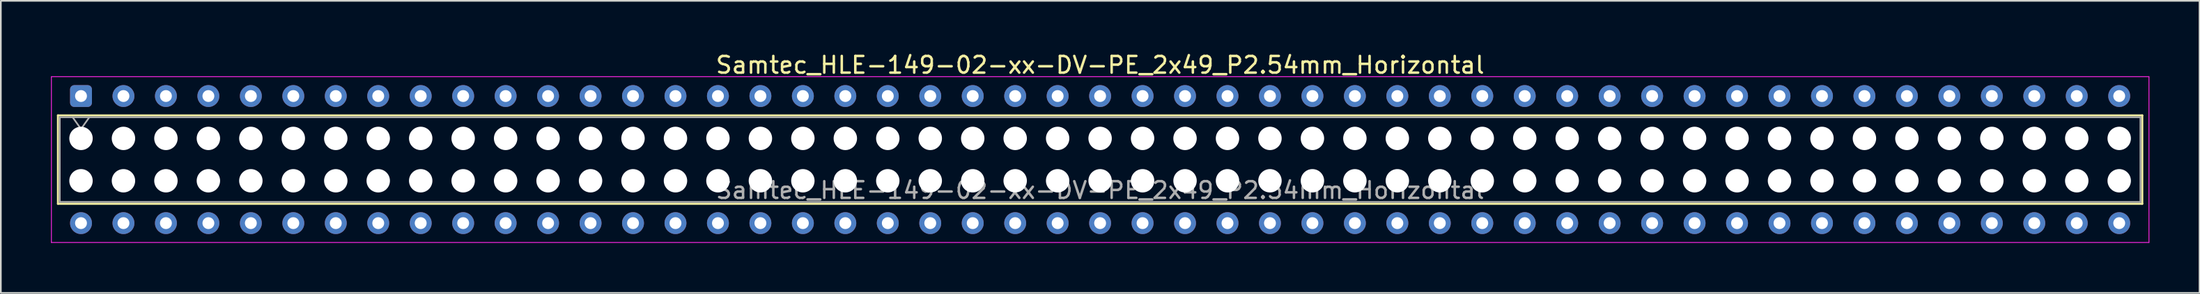
<source format=kicad_pcb>
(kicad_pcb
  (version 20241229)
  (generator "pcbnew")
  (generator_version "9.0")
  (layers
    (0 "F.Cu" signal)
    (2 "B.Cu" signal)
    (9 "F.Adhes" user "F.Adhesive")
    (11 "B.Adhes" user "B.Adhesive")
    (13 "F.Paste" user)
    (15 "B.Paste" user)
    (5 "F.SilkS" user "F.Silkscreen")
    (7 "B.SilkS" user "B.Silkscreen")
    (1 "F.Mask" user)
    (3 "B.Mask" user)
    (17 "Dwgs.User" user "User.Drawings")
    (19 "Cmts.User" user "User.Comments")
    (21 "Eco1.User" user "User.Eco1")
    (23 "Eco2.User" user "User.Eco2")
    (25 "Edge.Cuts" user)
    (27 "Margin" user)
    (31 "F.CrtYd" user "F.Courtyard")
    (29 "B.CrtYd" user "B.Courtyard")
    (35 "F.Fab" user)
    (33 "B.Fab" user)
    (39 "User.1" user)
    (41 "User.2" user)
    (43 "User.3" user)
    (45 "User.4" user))
  (footprint "Samtec_HLE-149-02-xx-DV-PE_2x49_P2.54mm_Horizontal"
    (layer "F.Cu")
    (at 1.795 2.708)
    (property "Reference" "Samtec_HLE-149-02-xx-DV-PE_2x49_P2.54mm_Horizontal" (at 60.96 -1.86 0) (layer "F.SilkS") (effects (font (size 1 1) (thickness 0.15))))
    (attr through_hole)
    (fp_line (start -1.38 1.16) (end 123.3 1.16) (stroke (width 0.12) (type solid)) (layer "F.SilkS"))
    (fp_line (start -1.38 6.46) (end -1.38 1.16) (stroke (width 0.12) (type solid)) (layer "F.SilkS"))
    (fp_line (start 123.3 1.16) (end 123.3 6.46) (stroke (width 0.12) (type solid)) (layer "F.SilkS"))
    (fp_line (start 123.3 6.46) (end -1.38 6.46) (stroke (width 0.12) (type solid)) (layer "F.SilkS"))
    (fp_line (start -1.77 -1.16) (end 123.7 -1.16) (stroke (width 0.05) (type solid)) (layer "F.CrtYd"))
    (fp_line (start -1.77 8.78) (end -1.77 -1.16) (stroke (width 0.05) (type solid)) (layer "F.CrtYd"))
    (fp_line (start 123.7 -1.16) (end 123.7 8.78) (stroke (width 0.05) (type solid)) (layer "F.CrtYd"))
    (fp_line (start 123.7 8.78) (end -1.77 8.78) (stroke (width 0.05) (type solid)) (layer "F.CrtYd"))
    (fp_line (start -1.27 1.27) (end 123.19 1.27) (stroke (width 0.1) (type solid)) (layer "F.Fab"))
    (fp_line (start -1.27 6.35) (end -1.27 1.27) (stroke (width 0.1) (type solid)) (layer "F.Fab"))
    (fp_line (start -0.5 1.27) (end 0 1.977) (stroke (width 0.1) (type solid)) (layer "F.Fab"))
    (fp_line (start 0 1.977) (end 0.5 1.27) (stroke (width 0.1) (type solid)) (layer "F.Fab"))
    (fp_line (start 123.19 1.27) (end 123.19 6.35) (stroke (width 0.1) (type solid)) (layer "F.Fab"))
    (fp_line (start 123.19 6.35) (end -1.27 6.35) (stroke (width 0.1) (type solid)) (layer "F.Fab"))
    (fp_text user "${REFERENCE}" (at 60.96 5.65 0) (layer "F.Fab") (effects (font (size 1 1) (thickness 0.15))))
    (pad "" np_thru_hole circle (at 0 2.54) (size 1.4 1.4) (drill 1.4) (layers "*.Cu" "*.Mask"))
    (pad "" np_thru_hole circle (at 0 5.08) (size 1.4 1.4) (drill 1.4) (layers "*.Cu" "*.Mask"))
    (pad "" np_thru_hole circle (at 2.54 2.54) (size 1.4 1.4) (drill 1.4) (layers "*.Cu" "*.Mask"))
    (pad "" np_thru_hole circle (at 2.54 5.08) (size 1.4 1.4) (drill 1.4) (layers "*.Cu" "*.Mask"))
    (pad "" np_thru_hole circle (at 5.08 2.54) (size 1.4 1.4) (drill 1.4) (layers "*.Cu" "*.Mask"))
    (pad "" np_thru_hole circle (at 5.08 5.08) (size 1.4 1.4) (drill 1.4) (layers "*.Cu" "*.Mask"))
    (pad "" np_thru_hole circle (at 7.62 2.54) (size 1.4 1.4) (drill 1.4) (layers "*.Cu" "*.Mask"))
    (pad "" np_thru_hole circle (at 7.62 5.08) (size 1.4 1.4) (drill 1.4) (layers "*.Cu" "*.Mask"))
    (pad "" np_thru_hole circle (at 10.16 2.54) (size 1.4 1.4) (drill 1.4) (layers "*.Cu" "*.Mask"))
    (pad "" np_thru_hole circle (at 10.16 5.08) (size 1.4 1.4) (drill 1.4) (layers "*.Cu" "*.Mask"))
    (pad "" np_thru_hole circle (at 12.7 2.54) (size 1.4 1.4) (drill 1.4) (layers "*.Cu" "*.Mask"))
    (pad "" np_thru_hole circle (at 12.7 5.08) (size 1.4 1.4) (drill 1.4) (layers "*.Cu" "*.Mask"))
    (pad "" np_thru_hole circle (at 15.24 2.54) (size 1.4 1.4) (drill 1.4) (layers "*.Cu" "*.Mask"))
    (pad "" np_thru_hole circle (at 15.24 5.08) (size 1.4 1.4) (drill 1.4) (layers "*.Cu" "*.Mask"))
    (pad "" np_thru_hole circle (at 17.78 2.54) (size 1.4 1.4) (drill 1.4) (layers "*.Cu" "*.Mask"))
    (pad "" np_thru_hole circle (at 17.78 5.08) (size 1.4 1.4) (drill 1.4) (layers "*.Cu" "*.Mask"))
    (pad "" np_thru_hole circle (at 20.32 2.54) (size 1.4 1.4) (drill 1.4) (layers "*.Cu" "*.Mask"))
    (pad "" np_thru_hole circle (at 20.32 5.08) (size 1.4 1.4) (drill 1.4) (layers "*.Cu" "*.Mask"))
    (pad "" np_thru_hole circle (at 22.86 2.54) (size 1.4 1.4) (drill 1.4) (layers "*.Cu" "*.Mask"))
    (pad "" np_thru_hole circle (at 22.86 5.08) (size 1.4 1.4) (drill 1.4) (layers "*.Cu" "*.Mask"))
    (pad "" np_thru_hole circle (at 25.4 2.54) (size 1.4 1.4) (drill 1.4) (layers "*.Cu" "*.Mask"))
    (pad "" np_thru_hole circle (at 25.4 5.08) (size 1.4 1.4) (drill 1.4) (layers "*.Cu" "*.Mask"))
    (pad "" np_thru_hole circle (at 27.94 2.54) (size 1.4 1.4) (drill 1.4) (layers "*.Cu" "*.Mask"))
    (pad "" np_thru_hole circle (at 27.94 5.08) (size 1.4 1.4) (drill 1.4) (layers "*.Cu" "*.Mask"))
    (pad "" np_thru_hole circle (at 30.48 2.54) (size 1.4 1.4) (drill 1.4) (layers "*.Cu" "*.Mask"))
    (pad "" np_thru_hole circle (at 30.48 5.08) (size 1.4 1.4) (drill 1.4) (layers "*.Cu" "*.Mask"))
    (pad "" np_thru_hole circle (at 33.02 2.54) (size 1.4 1.4) (drill 1.4) (layers "*.Cu" "*.Mask"))
    (pad "" np_thru_hole circle (at 33.02 5.08) (size 1.4 1.4) (drill 1.4) (layers "*.Cu" "*.Mask"))
    (pad "" np_thru_hole circle (at 35.56 2.54) (size 1.4 1.4) (drill 1.4) (layers "*.Cu" "*.Mask"))
    (pad "" np_thru_hole circle (at 35.56 5.08) (size 1.4 1.4) (drill 1.4) (layers "*.Cu" "*.Mask"))
    (pad "" np_thru_hole circle (at 38.1 2.54) (size 1.4 1.4) (drill 1.4) (layers "*.Cu" "*.Mask"))
    (pad "" np_thru_hole circle (at 38.1 5.08) (size 1.4 1.4) (drill 1.4) (layers "*.Cu" "*.Mask"))
    (pad "" np_thru_hole circle (at 40.64 2.54) (size 1.4 1.4) (drill 1.4) (layers "*.Cu" "*.Mask"))
    (pad "" np_thru_hole circle (at 40.64 5.08) (size 1.4 1.4) (drill 1.4) (layers "*.Cu" "*.Mask"))
    (pad "" np_thru_hole circle (at 43.18 2.54) (size 1.4 1.4) (drill 1.4) (layers "*.Cu" "*.Mask"))
    (pad "" np_thru_hole circle (at 43.18 5.08) (size 1.4 1.4) (drill 1.4) (layers "*.Cu" "*.Mask"))
    (pad "" np_thru_hole circle (at 45.72 2.54) (size 1.4 1.4) (drill 1.4) (layers "*.Cu" "*.Mask"))
    (pad "" np_thru_hole circle (at 45.72 5.08) (size 1.4 1.4) (drill 1.4) (layers "*.Cu" "*.Mask"))
    (pad "" np_thru_hole circle (at 48.26 2.54) (size 1.4 1.4) (drill 1.4) (layers "*.Cu" "*.Mask"))
    (pad "" np_thru_hole circle (at 48.26 5.08) (size 1.4 1.4) (drill 1.4) (layers "*.Cu" "*.Mask"))
    (pad "" np_thru_hole circle (at 50.8 2.54) (size 1.4 1.4) (drill 1.4) (layers "*.Cu" "*.Mask"))
    (pad "" np_thru_hole circle (at 50.8 5.08) (size 1.4 1.4) (drill 1.4) (layers "*.Cu" "*.Mask"))
    (pad "" np_thru_hole circle (at 53.34 2.54) (size 1.4 1.4) (drill 1.4) (layers "*.Cu" "*.Mask"))
    (pad "" np_thru_hole circle (at 53.34 5.08) (size 1.4 1.4) (drill 1.4) (layers "*.Cu" "*.Mask"))
    (pad "" np_thru_hole circle (at 55.88 2.54) (size 1.4 1.4) (drill 1.4) (layers "*.Cu" "*.Mask"))
    (pad "" np_thru_hole circle (at 55.88 5.08) (size 1.4 1.4) (drill 1.4) (layers "*.Cu" "*.Mask"))
    (pad "" np_thru_hole circle (at 58.42 2.54) (size 1.4 1.4) (drill 1.4) (layers "*.Cu" "*.Mask"))
    (pad "" np_thru_hole circle (at 58.42 5.08) (size 1.4 1.4) (drill 1.4) (layers "*.Cu" "*.Mask"))
    (pad "" np_thru_hole circle (at 60.96 2.54) (size 1.4 1.4) (drill 1.4) (layers "*.Cu" "*.Mask"))
    (pad "" np_thru_hole circle (at 60.96 5.08) (size 1.4 1.4) (drill 1.4) (layers "*.Cu" "*.Mask"))
    (pad "" np_thru_hole circle (at 63.5 2.54) (size 1.4 1.4) (drill 1.4) (layers "*.Cu" "*.Mask"))
    (pad "" np_thru_hole circle (at 63.5 5.08) (size 1.4 1.4) (drill 1.4) (layers "*.Cu" "*.Mask"))
    (pad "" np_thru_hole circle (at 66.04 2.54) (size 1.4 1.4) (drill 1.4) (layers "*.Cu" "*.Mask"))
    (pad "" np_thru_hole circle (at 66.04 5.08) (size 1.4 1.4) (drill 1.4) (layers "*.Cu" "*.Mask"))
    (pad "" np_thru_hole circle (at 68.58 2.54) (size 1.4 1.4) (drill 1.4) (layers "*.Cu" "*.Mask"))
    (pad "" np_thru_hole circle (at 68.58 5.08) (size 1.4 1.4) (drill 1.4) (layers "*.Cu" "*.Mask"))
    (pad "" np_thru_hole circle (at 71.12 2.54) (size 1.4 1.4) (drill 1.4) (layers "*.Cu" "*.Mask"))
    (pad "" np_thru_hole circle (at 71.12 5.08) (size 1.4 1.4) (drill 1.4) (layers "*.Cu" "*.Mask"))
    (pad "" np_thru_hole circle (at 73.66 2.54) (size 1.4 1.4) (drill 1.4) (layers "*.Cu" "*.Mask"))
    (pad "" np_thru_hole circle (at 73.66 5.08) (size 1.4 1.4) (drill 1.4) (layers "*.Cu" "*.Mask"))
    (pad "" np_thru_hole circle (at 76.2 2.54) (size 1.4 1.4) (drill 1.4) (layers "*.Cu" "*.Mask"))
    (pad "" np_thru_hole circle (at 76.2 5.08) (size 1.4 1.4) (drill 1.4) (layers "*.Cu" "*.Mask"))
    (pad "" np_thru_hole circle (at 78.74 2.54) (size 1.4 1.4) (drill 1.4) (layers "*.Cu" "*.Mask"))
    (pad "" np_thru_hole circle (at 78.74 5.08) (size 1.4 1.4) (drill 1.4) (layers "*.Cu" "*.Mask"))
    (pad "" np_thru_hole circle (at 81.28 2.54) (size 1.4 1.4) (drill 1.4) (layers "*.Cu" "*.Mask"))
    (pad "" np_thru_hole circle (at 81.28 5.08) (size 1.4 1.4) (drill 1.4) (layers "*.Cu" "*.Mask"))
    (pad "" np_thru_hole circle (at 83.82 2.54) (size 1.4 1.4) (drill 1.4) (layers "*.Cu" "*.Mask"))
    (pad "" np_thru_hole circle (at 83.82 5.08) (size 1.4 1.4) (drill 1.4) (layers "*.Cu" "*.Mask"))
    (pad "" np_thru_hole circle (at 86.36 2.54) (size 1.4 1.4) (drill 1.4) (layers "*.Cu" "*.Mask"))
    (pad "" np_thru_hole circle (at 86.36 5.08) (size 1.4 1.4) (drill 1.4) (layers "*.Cu" "*.Mask"))
    (pad "" np_thru_hole circle (at 88.9 2.54) (size 1.4 1.4) (drill 1.4) (layers "*.Cu" "*.Mask"))
    (pad "" np_thru_hole circle (at 88.9 5.08) (size 1.4 1.4) (drill 1.4) (layers "*.Cu" "*.Mask"))
    (pad "" np_thru_hole circle (at 91.44 2.54) (size 1.4 1.4) (drill 1.4) (layers "*.Cu" "*.Mask"))
    (pad "" np_thru_hole circle (at 91.44 5.08) (size 1.4 1.4) (drill 1.4) (layers "*.Cu" "*.Mask"))
    (pad "" np_thru_hole circle (at 93.98 2.54) (size 1.4 1.4) (drill 1.4) (layers "*.Cu" "*.Mask"))
    (pad "" np_thru_hole circle (at 93.98 5.08) (size 1.4 1.4) (drill 1.4) (layers "*.Cu" "*.Mask"))
    (pad "" np_thru_hole circle (at 96.52 2.54) (size 1.4 1.4) (drill 1.4) (layers "*.Cu" "*.Mask"))
    (pad "" np_thru_hole circle (at 96.52 5.08) (size 1.4 1.4) (drill 1.4) (layers "*.Cu" "*.Mask"))
    (pad "" np_thru_hole circle (at 99.06 2.54) (size 1.4 1.4) (drill 1.4) (layers "*.Cu" "*.Mask"))
    (pad "" np_thru_hole circle (at 99.06 5.08) (size 1.4 1.4) (drill 1.4) (layers "*.Cu" "*.Mask"))
    (pad "" np_thru_hole circle (at 101.6 2.54) (size 1.4 1.4) (drill 1.4) (layers "*.Cu" "*.Mask"))
    (pad "" np_thru_hole circle (at 101.6 5.08) (size 1.4 1.4) (drill 1.4) (layers "*.Cu" "*.Mask"))
    (pad "" np_thru_hole circle (at 104.14 2.54) (size 1.4 1.4) (drill 1.4) (layers "*.Cu" "*.Mask"))
    (pad "" np_thru_hole circle (at 104.14 5.08) (size 1.4 1.4) (drill 1.4) (layers "*.Cu" "*.Mask"))
    (pad "" np_thru_hole circle (at 106.68 2.54) (size 1.4 1.4) (drill 1.4) (layers "*.Cu" "*.Mask"))
    (pad "" np_thru_hole circle (at 106.68 5.08) (size 1.4 1.4) (drill 1.4) (layers "*.Cu" "*.Mask"))
    (pad "" np_thru_hole circle (at 109.22 2.54) (size 1.4 1.4) (drill 1.4) (layers "*.Cu" "*.Mask"))
    (pad "" np_thru_hole circle (at 109.22 5.08) (size 1.4 1.4) (drill 1.4) (layers "*.Cu" "*.Mask"))
    (pad "" np_thru_hole circle (at 111.76 2.54) (size 1.4 1.4) (drill 1.4) (layers "*.Cu" "*.Mask"))
    (pad "" np_thru_hole circle (at 111.76 5.08) (size 1.4 1.4) (drill 1.4) (layers "*.Cu" "*.Mask"))
    (pad "" np_thru_hole circle (at 114.3 2.54) (size 1.4 1.4) (drill 1.4) (layers "*.Cu" "*.Mask"))
    (pad "" np_thru_hole circle (at 114.3 5.08) (size 1.4 1.4) (drill 1.4) (layers "*.Cu" "*.Mask"))
    (pad "" np_thru_hole circle (at 116.84 2.54) (size 1.4 1.4) (drill 1.4) (layers "*.Cu" "*.Mask"))
    (pad "" np_thru_hole circle (at 116.84 5.08) (size 1.4 1.4) (drill 1.4) (layers "*.Cu" "*.Mask"))
    (pad "" np_thru_hole circle (at 119.38 2.54) (size 1.4 1.4) (drill 1.4) (layers "*.Cu" "*.Mask"))
    (pad "" np_thru_hole circle (at 119.38 5.08) (size 1.4 1.4) (drill 1.4) (layers "*.Cu" "*.Mask"))
    (pad "" np_thru_hole circle (at 121.92 2.54) (size 1.4 1.4) (drill 1.4) (layers "*.Cu" "*.Mask"))
    (pad "" np_thru_hole circle (at 121.92 5.08) (size 1.4 1.4) (drill 1.4) (layers "*.Cu" "*.Mask"))
    (pad "1" thru_hole roundrect (at 0 0) (size 1.31 1.31) (drill 0.71) (layers "*.Cu" "*.Mask") (roundrect_rratio 0.191))
    (pad "2" thru_hole circle (at 0 7.62) (size 1.31 1.31) (drill 0.71) (layers "*.Cu" "*.Mask"))
    (pad "3" thru_hole circle (at 2.54 0) (size 1.31 1.31) (drill 0.71) (layers "*.Cu" "*.Mask"))
    (pad "4" thru_hole circle (at 2.54 7.62) (size 1.31 1.31) (drill 0.71) (layers "*.Cu" "*.Mask"))
    (pad "5" thru_hole circle (at 5.08 0) (size 1.31 1.31) (drill 0.71) (layers "*.Cu" "*.Mask"))
    (pad "6" thru_hole circle (at 5.08 7.62) (size 1.31 1.31) (drill 0.71) (layers "*.Cu" "*.Mask"))
    (pad "7" thru_hole circle (at 7.62 0) (size 1.31 1.31) (drill 0.71) (layers "*.Cu" "*.Mask"))
    (pad "8" thru_hole circle (at 7.62 7.62) (size 1.31 1.31) (drill 0.71) (layers "*.Cu" "*.Mask"))
    (pad "9" thru_hole circle (at 10.16 0) (size 1.31 1.31) (drill 0.71) (layers "*.Cu" "*.Mask"))
    (pad "10" thru_hole circle (at 10.16 7.62) (size 1.31 1.31) (drill 0.71) (layers "*.Cu" "*.Mask"))
    (pad "11" thru_hole circle (at 12.7 0) (size 1.31 1.31) (drill 0.71) (layers "*.Cu" "*.Mask"))
    (pad "12" thru_hole circle (at 12.7 7.62) (size 1.31 1.31) (drill 0.71) (layers "*.Cu" "*.Mask"))
    (pad "13" thru_hole circle (at 15.24 0) (size 1.31 1.31) (drill 0.71) (layers "*.Cu" "*.Mask"))
    (pad "14" thru_hole circle (at 15.24 7.62) (size 1.31 1.31) (drill 0.71) (layers "*.Cu" "*.Mask"))
    (pad "15" thru_hole circle (at 17.78 0) (size 1.31 1.31) (drill 0.71) (layers "*.Cu" "*.Mask"))
    (pad "16" thru_hole circle (at 17.78 7.62) (size 1.31 1.31) (drill 0.71) (layers "*.Cu" "*.Mask"))
    (pad "17" thru_hole circle (at 20.32 0) (size 1.31 1.31) (drill 0.71) (layers "*.Cu" "*.Mask"))
    (pad "18" thru_hole circle (at 20.32 7.62) (size 1.31 1.31) (drill 0.71) (layers "*.Cu" "*.Mask"))
    (pad "19" thru_hole circle (at 22.86 0) (size 1.31 1.31) (drill 0.71) (layers "*.Cu" "*.Mask"))
    (pad "20" thru_hole circle (at 22.86 7.62) (size 1.31 1.31) (drill 0.71) (layers "*.Cu" "*.Mask"))
    (pad "21" thru_hole circle (at 25.4 0) (size 1.31 1.31) (drill 0.71) (layers "*.Cu" "*.Mask"))
    (pad "22" thru_hole circle (at 25.4 7.62) (size 1.31 1.31) (drill 0.71) (layers "*.Cu" "*.Mask"))
    (pad "23" thru_hole circle (at 27.94 0) (size 1.31 1.31) (drill 0.71) (layers "*.Cu" "*.Mask"))
    (pad "24" thru_hole circle (at 27.94 7.62) (size 1.31 1.31) (drill 0.71) (layers "*.Cu" "*.Mask"))
    (pad "25" thru_hole circle (at 30.48 0) (size 1.31 1.31) (drill 0.71) (layers "*.Cu" "*.Mask"))
    (pad "26" thru_hole circle (at 30.48 7.62) (size 1.31 1.31) (drill 0.71) (layers "*.Cu" "*.Mask"))
    (pad "27" thru_hole circle (at 33.02 0) (size 1.31 1.31) (drill 0.71) (layers "*.Cu" "*.Mask"))
    (pad "28" thru_hole circle (at 33.02 7.62) (size 1.31 1.31) (drill 0.71) (layers "*.Cu" "*.Mask"))
    (pad "29" thru_hole circle (at 35.56 0) (size 1.31 1.31) (drill 0.71) (layers "*.Cu" "*.Mask"))
    (pad "30" thru_hole circle (at 35.56 7.62) (size 1.31 1.31) (drill 0.71) (layers "*.Cu" "*.Mask"))
    (pad "31" thru_hole circle (at 38.1 0) (size 1.31 1.31) (drill 0.71) (layers "*.Cu" "*.Mask"))
    (pad "32" thru_hole circle (at 38.1 7.62) (size 1.31 1.31) (drill 0.71) (layers "*.Cu" "*.Mask"))
    (pad "33" thru_hole circle (at 40.64 0) (size 1.31 1.31) (drill 0.71) (layers "*.Cu" "*.Mask"))
    (pad "34" thru_hole circle (at 40.64 7.62) (size 1.31 1.31) (drill 0.71) (layers "*.Cu" "*.Mask"))
    (pad "35" thru_hole circle (at 43.18 0) (size 1.31 1.31) (drill 0.71) (layers "*.Cu" "*.Mask"))
    (pad "36" thru_hole circle (at 43.18 7.62) (size 1.31 1.31) (drill 0.71) (layers "*.Cu" "*.Mask"))
    (pad "37" thru_hole circle (at 45.72 0) (size 1.31 1.31) (drill 0.71) (layers "*.Cu" "*.Mask"))
    (pad "38" thru_hole circle (at 45.72 7.62) (size 1.31 1.31) (drill 0.71) (layers "*.Cu" "*.Mask"))
    (pad "39" thru_hole circle (at 48.26 0) (size 1.31 1.31) (drill 0.71) (layers "*.Cu" "*.Mask"))
    (pad "40" thru_hole circle (at 48.26 7.62) (size 1.31 1.31) (drill 0.71) (layers "*.Cu" "*.Mask"))
    (pad "41" thru_hole circle (at 50.8 0) (size 1.31 1.31) (drill 0.71) (layers "*.Cu" "*.Mask"))
    (pad "42" thru_hole circle (at 50.8 7.62) (size 1.31 1.31) (drill 0.71) (layers "*.Cu" "*.Mask"))
    (pad "43" thru_hole circle (at 53.34 0) (size 1.31 1.31) (drill 0.71) (layers "*.Cu" "*.Mask"))
    (pad "44" thru_hole circle (at 53.34 7.62) (size 1.31 1.31) (drill 0.71) (layers "*.Cu" "*.Mask"))
    (pad "45" thru_hole circle (at 55.88 0) (size 1.31 1.31) (drill 0.71) (layers "*.Cu" "*.Mask"))
    (pad "46" thru_hole circle (at 55.88 7.62) (size 1.31 1.31) (drill 0.71) (layers "*.Cu" "*.Mask"))
    (pad "47" thru_hole circle (at 58.42 0) (size 1.31 1.31) (drill 0.71) (layers "*.Cu" "*.Mask"))
    (pad "48" thru_hole circle (at 58.42 7.62) (size 1.31 1.31) (drill 0.71) (layers "*.Cu" "*.Mask"))
    (pad "49" thru_hole circle (at 60.96 0) (size 1.31 1.31) (drill 0.71) (layers "*.Cu" "*.Mask"))
    (pad "50" thru_hole circle (at 60.96 7.62) (size 1.31 1.31) (drill 0.71) (layers "*.Cu" "*.Mask"))
    (pad "51" thru_hole circle (at 63.5 0) (size 1.31 1.31) (drill 0.71) (layers "*.Cu" "*.Mask"))
    (pad "52" thru_hole circle (at 63.5 7.62) (size 1.31 1.31) (drill 0.71) (layers "*.Cu" "*.Mask"))
    (pad "53" thru_hole circle (at 66.04 0) (size 1.31 1.31) (drill 0.71) (layers "*.Cu" "*.Mask"))
    (pad "54" thru_hole circle (at 66.04 7.62) (size 1.31 1.31) (drill 0.71) (layers "*.Cu" "*.Mask"))
    (pad "55" thru_hole circle (at 68.58 0) (size 1.31 1.31) (drill 0.71) (layers "*.Cu" "*.Mask"))
    (pad "56" thru_hole circle (at 68.58 7.62) (size 1.31 1.31) (drill 0.71) (layers "*.Cu" "*.Mask"))
    (pad "57" thru_hole circle (at 71.12 0) (size 1.31 1.31) (drill 0.71) (layers "*.Cu" "*.Mask"))
    (pad "58" thru_hole circle (at 71.12 7.62) (size 1.31 1.31) (drill 0.71) (layers "*.Cu" "*.Mask"))
    (pad "59" thru_hole circle (at 73.66 0) (size 1.31 1.31) (drill 0.71) (layers "*.Cu" "*.Mask"))
    (pad "60" thru_hole circle (at 73.66 7.62) (size 1.31 1.31) (drill 0.71) (layers "*.Cu" "*.Mask"))
    (pad "61" thru_hole circle (at 76.2 0) (size 1.31 1.31) (drill 0.71) (layers "*.Cu" "*.Mask"))
    (pad "62" thru_hole circle (at 76.2 7.62) (size 1.31 1.31) (drill 0.71) (layers "*.Cu" "*.Mask"))
    (pad "63" thru_hole circle (at 78.74 0) (size 1.31 1.31) (drill 0.71) (layers "*.Cu" "*.Mask"))
    (pad "64" thru_hole circle (at 78.74 7.62) (size 1.31 1.31) (drill 0.71) (layers "*.Cu" "*.Mask"))
    (pad "65" thru_hole circle (at 81.28 0) (size 1.31 1.31) (drill 0.71) (layers "*.Cu" "*.Mask"))
    (pad "66" thru_hole circle (at 81.28 7.62) (size 1.31 1.31) (drill 0.71) (layers "*.Cu" "*.Mask"))
    (pad "67" thru_hole circle (at 83.82 0) (size 1.31 1.31) (drill 0.71) (layers "*.Cu" "*.Mask"))
    (pad "68" thru_hole circle (at 83.82 7.62) (size 1.31 1.31) (drill 0.71) (layers "*.Cu" "*.Mask"))
    (pad "69" thru_hole circle (at 86.36 0) (size 1.31 1.31) (drill 0.71) (layers "*.Cu" "*.Mask"))
    (pad "70" thru_hole circle (at 86.36 7.62) (size 1.31 1.31) (drill 0.71) (layers "*.Cu" "*.Mask"))
    (pad "71" thru_hole circle (at 88.9 0) (size 1.31 1.31) (drill 0.71) (layers "*.Cu" "*.Mask"))
    (pad "72" thru_hole circle (at 88.9 7.62) (size 1.31 1.31) (drill 0.71) (layers "*.Cu" "*.Mask"))
    (pad "73" thru_hole circle (at 91.44 0) (size 1.31 1.31) (drill 0.71) (layers "*.Cu" "*.Mask"))
    (pad "74" thru_hole circle (at 91.44 7.62) (size 1.31 1.31) (drill 0.71) (layers "*.Cu" "*.Mask"))
    (pad "75" thru_hole circle (at 93.98 0) (size 1.31 1.31) (drill 0.71) (layers "*.Cu" "*.Mask"))
    (pad "76" thru_hole circle (at 93.98 7.62) (size 1.31 1.31) (drill 0.71) (layers "*.Cu" "*.Mask"))
    (pad "77" thru_hole circle (at 96.52 0) (size 1.31 1.31) (drill 0.71) (layers "*.Cu" "*.Mask"))
    (pad "78" thru_hole circle (at 96.52 7.62) (size 1.31 1.31) (drill 0.71) (layers "*.Cu" "*.Mask"))
    (pad "79" thru_hole circle (at 99.06 0) (size 1.31 1.31) (drill 0.71) (layers "*.Cu" "*.Mask"))
    (pad "80" thru_hole circle (at 99.06 7.62) (size 1.31 1.31) (drill 0.71) (layers "*.Cu" "*.Mask"))
    (pad "81" thru_hole circle (at 101.6 0) (size 1.31 1.31) (drill 0.71) (layers "*.Cu" "*.Mask"))
    (pad "82" thru_hole circle (at 101.6 7.62) (size 1.31 1.31) (drill 0.71) (layers "*.Cu" "*.Mask"))
    (pad "83" thru_hole circle (at 104.14 0) (size 1.31 1.31) (drill 0.71) (layers "*.Cu" "*.Mask"))
    (pad "84" thru_hole circle (at 104.14 7.62) (size 1.31 1.31) (drill 0.71) (layers "*.Cu" "*.Mask"))
    (pad "85" thru_hole circle (at 106.68 0) (size 1.31 1.31) (drill 0.71) (layers "*.Cu" "*.Mask"))
    (pad "86" thru_hole circle (at 106.68 7.62) (size 1.31 1.31) (drill 0.71) (layers "*.Cu" "*.Mask"))
    (pad "87" thru_hole circle (at 109.22 0) (size 1.31 1.31) (drill 0.71) (layers "*.Cu" "*.Mask"))
    (pad "88" thru_hole circle (at 109.22 7.62) (size 1.31 1.31) (drill 0.71) (layers "*.Cu" "*.Mask"))
    (pad "89" thru_hole circle (at 111.76 0) (size 1.31 1.31) (drill 0.71) (layers "*.Cu" "*.Mask"))
    (pad "90" thru_hole circle (at 111.76 7.62) (size 1.31 1.31) (drill 0.71) (layers "*.Cu" "*.Mask"))
    (pad "91" thru_hole circle (at 114.3 0) (size 1.31 1.31) (drill 0.71) (layers "*.Cu" "*.Mask"))
    (pad "92" thru_hole circle (at 114.3 7.62) (size 1.31 1.31) (drill 0.71) (layers "*.Cu" "*.Mask"))
    (pad "93" thru_hole circle (at 116.84 0) (size 1.31 1.31) (drill 0.71) (layers "*.Cu" "*.Mask"))
    (pad "94" thru_hole circle (at 116.84 7.62) (size 1.31 1.31) (drill 0.71) (layers "*.Cu" "*.Mask"))
    (pad "95" thru_hole circle (at 119.38 0) (size 1.31 1.31) (drill 0.71) (layers "*.Cu" "*.Mask"))
    (pad "96" thru_hole circle (at 119.38 7.62) (size 1.31 1.31) (drill 0.71) (layers "*.Cu" "*.Mask"))
    (pad "97" thru_hole circle (at 121.92 0) (size 1.31 1.31) (drill 0.71) (layers "*.Cu" "*.Mask"))
    (pad "98" thru_hole circle (at 121.92 7.62) (size 1.31 1.31) (drill 0.71) (layers "*.Cu" "*.Mask")))
  (gr_rect
    (start -3 -3)
    (end 128.52 14.513)
    (stroke (width 0.1) (type default))
    (fill no)
    (layer "Edge.Cuts")))
</source>
